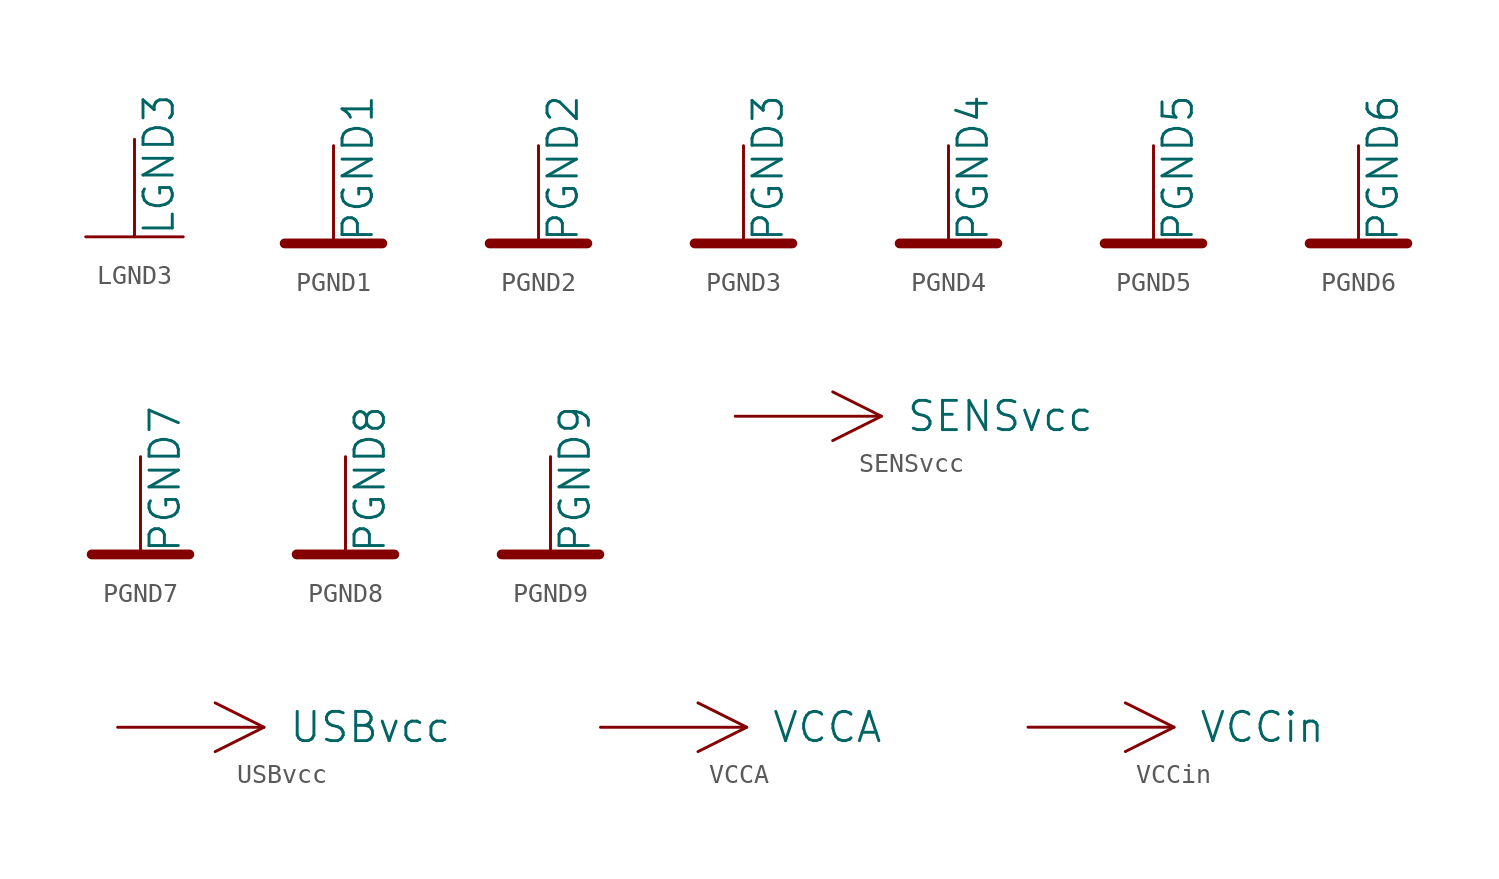
<source format=kicad_sym>
(kicad_symbol_lib
  (version 20220914)
  (generator kicad_symbol_editor)
  (symbol "LGND3"
    (power)
    (pin_numbers hide)
    (pin_names
      (offset 0))
    (property "Reference" ""
      (at 1.27 -2.54 90)
      (effects (font (size 1.524 1.524)) hide))
    (property "Value" "LGND3"
      (at 1.27 -5.08 90)
      (do_not_autoplace)
      (effects (font (size 1.524 1.524)) (justify left)))
    (property "Footprint" ""
      (at -1.27 -5.08 90)
      (effects (font (size 1.524 1.524))))
    (property "Datasheet" ""
      (at 1.27 -2.54 90)
      (effects (font (size 1.524 1.524))))
    (symbol "LGND3_0_1"
      (polyline (pts (xy -2.54 -5.08) (xy 2.54 -5.08)) (stroke (width 0) (type solid)) (fill (type none)))
      (polyline (pts (xy 0 -5.08) (xy 0 0)) (stroke (width 0) (type solid)) (fill (type none))))
    (symbol "LGND3_1_1"
      (pin power_in line (at 0 0 270) (length 5.08) hide (name "GNDL3" (effects (font (size 1.27 1.27)))) (number "~" (effects (font (size 1.27 1.27)))))))
  (symbol "PGND1"
    (power)
    (pin_numbers hide)
    (pin_names
      (offset 0))
    (property "Reference" ""
      (at 1.27 -2.54 90)
      (effects (font (size 1.524 1.524)) hide))
    (property "Value" "PGND1"
      (at 1.27 -5.08 90)
      (do_not_autoplace)
      (effects (font (size 1.524 1.524)) (justify left)))
    (property "Footprint" ""
      (at -1.27 -5.08 90)
      (effects (font (size 1.524 1.524))))
    (property "Datasheet" ""
      (at 1.27 -2.54 90)
      (effects (font (size 1.524 1.524))))
    (symbol "PGND1_0_1"
      (polyline (pts (xy -2.54 -5.08) (xy 2.54 -5.08)) (stroke (width 0.508) (type solid)) (fill (type none)))
      (polyline (pts (xy 0 -5.08) (xy 0 0)) (stroke (width 0) (type solid)) (fill (type none))))
    (symbol "PGND1_1_1"
      (pin power_in line (at 0 0 270) (length 5.08) hide (name "GNDP1" (effects (font (size 1.27 1.27)))) (number "~" (effects (font (size 1.27 1.27)))))))
  (symbol "PGND2"
    (power)
    (pin_numbers hide)
    (pin_names
      (offset 0))
    (property "Reference" ""
      (at 1.27 -2.54 90)
      (effects (font (size 1.524 1.524)) hide))
    (property "Value" "PGND2"
      (at 1.27 -5.08 90)
      (do_not_autoplace)
      (effects (font (size 1.524 1.524)) (justify left)))
    (property "Footprint" ""
      (at -1.27 -5.08 90)
      (effects (font (size 1.524 1.524))))
    (property "Datasheet" ""
      (at 1.27 -2.54 90)
      (effects (font (size 1.524 1.524))))
    (symbol "PGND2_0_1"
      (polyline (pts (xy -2.54 -5.08) (xy 2.54 -5.08)) (stroke (width 0.508) (type solid)) (fill (type none)))
      (polyline (pts (xy 0 -5.08) (xy 0 0)) (stroke (width 0) (type solid)) (fill (type none))))
    (symbol "PGND2_1_1"
      (pin power_in line (at 0 0 270) (length 5.08) hide (name "GNDP2" (effects (font (size 1.27 1.27)))) (number "~" (effects (font (size 1.27 1.27)))))))
  (symbol "PGND3"
    (power)
    (pin_numbers hide)
    (pin_names
      (offset 0))
    (property "Reference" ""
      (at 1.27 -2.54 90)
      (effects (font (size 1.524 1.524)) hide))
    (property "Value" "PGND3"
      (at 1.27 -5.08 90)
      (do_not_autoplace)
      (effects (font (size 1.524 1.524)) (justify left)))
    (property "Footprint" ""
      (at -1.27 -5.08 90)
      (effects (font (size 1.524 1.524))))
    (property "Datasheet" ""
      (at 1.27 -2.54 90)
      (effects (font (size 1.524 1.524))))
    (symbol "PGND3_0_1"
      (polyline (pts (xy -2.54 -5.08) (xy 2.54 -5.08)) (stroke (width 0.508) (type solid)) (fill (type none)))
      (polyline (pts (xy 0 -5.08) (xy 0 0)) (stroke (width 0) (type solid)) (fill (type none))))
    (symbol "PGND3_1_1"
      (pin power_in line (at 0 0 270) (length 5.08) hide (name "GNDP3" (effects (font (size 1.27 1.27)))) (number "~" (effects (font (size 1.27 1.27)))))))
  (symbol "PGND4"
    (power)
    (pin_numbers hide)
    (pin_names
      (offset 0))
    (property "Reference" ""
      (at 1.27 -2.54 90)
      (effects (font (size 1.524 1.524)) hide))
    (property "Value" "PGND4"
      (at 1.27 -5.08 90)
      (do_not_autoplace)
      (effects (font (size 1.524 1.524)) (justify left)))
    (property "Footprint" ""
      (at -1.27 -5.08 90)
      (effects (font (size 1.524 1.524))))
    (property "Datasheet" ""
      (at 1.27 -2.54 90)
      (effects (font (size 1.524 1.524))))
    (symbol "PGND4_0_1"
      (polyline (pts (xy -2.54 -5.08) (xy 2.54 -5.08)) (stroke (width 0.508) (type solid)) (fill (type none)))
      (polyline (pts (xy 0 -5.08) (xy 0 0)) (stroke (width 0) (type solid)) (fill (type none))))
    (symbol "PGND4_1_1"
      (pin power_in line (at 0 0 270) (length 5.08) hide (name "GNDP4" (effects (font (size 1.27 1.27)))) (number "~" (effects (font (size 1.27 1.27)))))))
  (symbol "PGND5"
    (power)
    (pin_numbers hide)
    (pin_names
      (offset 0))
    (property "Reference" ""
      (at 1.27 -2.54 90)
      (effects (font (size 1.524 1.524)) hide))
    (property "Value" "PGND5"
      (at 1.27 -5.08 90)
      (do_not_autoplace)
      (effects (font (size 1.524 1.524)) (justify left)))
    (property "Footprint" ""
      (at -1.27 -5.08 90)
      (effects (font (size 1.524 1.524))))
    (property "Datasheet" ""
      (at 1.27 -2.54 90)
      (effects (font (size 1.524 1.524))))
    (symbol "PGND5_0_1"
      (polyline (pts (xy -2.54 -5.08) (xy 2.54 -5.08)) (stroke (width 0.508) (type solid)) (fill (type none)))
      (polyline (pts (xy 0 -5.08) (xy 0 0)) (stroke (width 0) (type solid)) (fill (type none))))
    (symbol "PGND5_1_1"
      (pin power_in line (at 0 0 270) (length 5.08) hide (name "GNDP5" (effects (font (size 1.27 1.27)))) (number "~" (effects (font (size 1.27 1.27)))))))
  (symbol "PGND6"
    (power)
    (pin_numbers hide)
    (pin_names
      (offset 0))
    (property "Reference" ""
      (at 1.27 -2.54 90)
      (effects (font (size 1.524 1.524)) hide))
    (property "Value" "PGND6"
      (at 1.27 -5.08 90)
      (do_not_autoplace)
      (effects (font (size 1.524 1.524)) (justify left)))
    (property "Footprint" ""
      (at -1.27 -5.08 90)
      (effects (font (size 1.524 1.524))))
    (property "Datasheet" ""
      (at 1.27 -2.54 90)
      (effects (font (size 1.524 1.524))))
    (symbol "PGND6_0_1"
      (polyline (pts (xy -2.54 -5.08) (xy 2.54 -5.08)) (stroke (width 0.508) (type solid)) (fill (type none)))
      (polyline (pts (xy 0 -5.08) (xy 0 0)) (stroke (width 0) (type solid)) (fill (type none))))
    (symbol "PGND6_1_1"
      (pin power_in line (at 0 0 270) (length 5.08) hide (name "GNDP6" (effects (font (size 1.27 1.27)))) (number "~" (effects (font (size 1.27 1.27)))))))
  (symbol "PGND7"
    (power)
    (pin_numbers hide)
    (pin_names
      (offset 0))
    (property "Reference" ""
      (at 1.27 -2.54 90)
      (effects (font (size 1.524 1.524)) hide))
    (property "Value" "PGND7"
      (at 1.27 -5.08 90)
      (do_not_autoplace)
      (effects (font (size 1.524 1.524)) (justify left)))
    (property "Footprint" ""
      (at -1.27 -5.08 90)
      (effects (font (size 1.524 1.524))))
    (property "Datasheet" ""
      (at 1.27 -2.54 90)
      (effects (font (size 1.524 1.524))))
    (symbol "PGND7_0_1"
      (polyline (pts (xy -2.54 -5.08) (xy 2.54 -5.08)) (stroke (width 0.508) (type solid)) (fill (type none)))
      (polyline (pts (xy 0 -5.08) (xy 0 0)) (stroke (width 0) (type solid)) (fill (type none))))
    (symbol "PGND7_1_1"
      (pin power_in line (at 0 0 270) (length 5.08) hide (name "GNDP7" (effects (font (size 1.27 1.27)))) (number "~" (effects (font (size 1.27 1.27)))))))
  (symbol "PGND8"
    (power)
    (pin_numbers hide)
    (pin_names
      (offset 0))
    (property "Reference" ""
      (at 1.27 -2.54 90)
      (effects (font (size 1.524 1.524)) hide))
    (property "Value" "PGND8"
      (at 1.27 -5.08 90)
      (do_not_autoplace)
      (effects (font (size 1.524 1.524)) (justify left)))
    (property "Footprint" ""
      (at -1.27 -5.08 90)
      (effects (font (size 1.524 1.524))))
    (property "Datasheet" ""
      (at 1.27 -2.54 90)
      (effects (font (size 1.524 1.524))))
    (symbol "PGND8_0_1"
      (polyline (pts (xy -2.54 -5.08) (xy 2.54 -5.08)) (stroke (width 0.508) (type solid)) (fill (type none)))
      (polyline (pts (xy 0 -5.08) (xy 0 0)) (stroke (width 0) (type solid)) (fill (type none))))
    (symbol "PGND8_1_1"
      (pin power_in line (at 0 0 270) (length 5.08) hide (name "GNDP8" (effects (font (size 1.27 1.27)))) (number "~" (effects (font (size 1.27 1.27)))))))
  (symbol "PGND9"
    (power)
    (pin_numbers hide)
    (pin_names
      (offset 0))
    (property "Reference" ""
      (at 1.27 -2.54 90)
      (effects (font (size 1.524 1.524)) hide))
    (property "Value" "PGND9"
      (at 1.27 -5.08 90)
      (do_not_autoplace)
      (effects (font (size 1.524 1.524)) (justify left)))
    (property "Footprint" ""
      (at -1.27 -5.08 90)
      (effects (font (size 1.524 1.524))))
    (property "Datasheet" ""
      (at 1.27 -2.54 90)
      (effects (font (size 1.524 1.524))))
    (symbol "PGND9_0_1"
      (polyline (pts (xy -2.54 -5.08) (xy 2.54 -5.08)) (stroke (width 0.508) (type solid)) (fill (type none)))
      (polyline (pts (xy 0 -5.08) (xy 0 0)) (stroke (width 0) (type solid)) (fill (type none))))
    (symbol "PGND9_1_1"
      (pin power_in line (at 0 0 270) (length 5.08) hide (name "GNDP9" (effects (font (size 1.27 1.27)))) (number "~" (effects (font (size 1.27 1.27)))))))
  (symbol "SENSvcc"
    (power)
    (pin_numbers hide)
    (pin_names
      (offset 0))
    (property "Reference" ""
      (at 2.54 -1.27 0)
      (effects (font (size 1.524 1.524)) hide))
    (property "Value" "SENSvcc"
      (at 8.89 0 0)
      (do_not_autoplace)
      (effects (font (size 1.524 1.524)) (justify left)))
    (property "Footprint" ""
      (at 0 0 0)
      (effects (font (size 1.524 1.524))))
    (property "Datasheet" ""
      (at 0 0 0)
      (effects (font (size 1.524 1.524))))
    (symbol "SENSvcc_0_1"
      (polyline (pts (xy 0 0) (xy 7.62 0)) (stroke (width 0) (type solid)) (fill (type none)))
      (polyline (pts (xy 5.08 1.27) (xy 7.62 0) (xy 5.08 -1.27)) (stroke (width 0) (type solid)) (fill (type none))))
    (symbol "SENSvcc_1_1"
      (pin power_in line (at 0 0 0) (length 5.08) hide (name "+SENSvcc" (effects (font (size 1.27 1.27)))) (number "~" (effects (font (size 1.27 1.27)))))))
  (symbol "USBvcc"
    (power)
    (pin_numbers hide)
    (pin_names
      (offset 0))
    (property "Reference" ""
      (at 2.54 -1.27 0)
      (effects (font (size 1.524 1.524)) hide))
    (property "Value" "USBvcc"
      (at 8.89 0 0)
      (do_not_autoplace)
      (effects (font (size 1.524 1.524)) (justify left)))
    (property "Footprint" ""
      (at 0 0 0)
      (effects (font (size 1.524 1.524))))
    (property "Datasheet" ""
      (at 0 0 0)
      (effects (font (size 1.524 1.524))))
    (symbol "USBvcc_0_1"
      (polyline (pts (xy 0 0) (xy 7.62 0)) (stroke (width 0) (type solid)) (fill (type none)))
      (polyline (pts (xy 5.08 1.27) (xy 7.62 0) (xy 5.08 -1.27)) (stroke (width 0) (type solid)) (fill (type none))))
    (symbol "USBvcc_1_1"
      (pin power_in line (at 0 0 0) (length 5.08) hide (name "+USBvcc" (effects (font (size 1.27 1.27)))) (number "~" (effects (font (size 1.27 1.27)))))))
  (symbol "VCCA"
    (power)
    (pin_numbers hide)
    (pin_names
      (offset 0))
    (property "Reference" ""
      (at 2.54 -1.27 0)
      (effects (font (size 1.524 1.524)) hide))
    (property "Value" "VCCA"
      (at 8.89 0 0)
      (do_not_autoplace)
      (effects (font (size 1.524 1.524)) (justify left)))
    (property "Footprint" ""
      (at 0 0 0)
      (effects (font (size 1.524 1.524))))
    (property "Datasheet" ""
      (at 0 0 0)
      (effects (font (size 1.524 1.524))))
    (symbol "VCCA_0_1"
      (polyline (pts (xy 0 0) (xy 7.62 0)) (stroke (width 0) (type solid)) (fill (type none)))
      (polyline (pts (xy 5.08 1.27) (xy 7.62 0) (xy 5.08 -1.27)) (stroke (width 0) (type solid)) (fill (type none))))
    (symbol "VCCA_1_1"
      (pin power_in line (at 0 0 0) (length 5.08) hide (name "+VCCA" (effects (font (size 1.27 1.27)))) (number "~" (effects (font (size 1.27 1.27)))))))
  (symbol "VCCin"
    (power)
    (pin_numbers hide)
    (pin_names
      (offset 0))
    (property "Reference" ""
      (at 2.54 -1.27 0)
      (effects (font (size 1.524 1.524)) hide))
    (property "Value" "VCCin"
      (at 8.89 0 0)
      (do_not_autoplace)
      (effects (font (size 1.524 1.524)) (justify left)))
    (property "Footprint" ""
      (at 0 0 0)
      (effects (font (size 1.524 1.524))))
    (property "Datasheet" ""
      (at 0 0 0)
      (effects (font (size 1.524 1.524))))
    (symbol "VCCin_0_1"
      (polyline (pts (xy 0 0) (xy 7.62 0)) (stroke (width 0) (type solid)) (fill (type none)))
      (polyline (pts (xy 5.08 1.27) (xy 7.62 0) (xy 5.08 -1.27)) (stroke (width 0) (type solid)) (fill (type none))))
    (symbol "VCCin_1_1"
      (pin power_in line (at 0 0 0) (length 5.08) hide (name "+VCCin" (effects (font (size 1.27 1.27)))) (number "~" (effects (font (size 1.27 1.27))))))))
</source>
